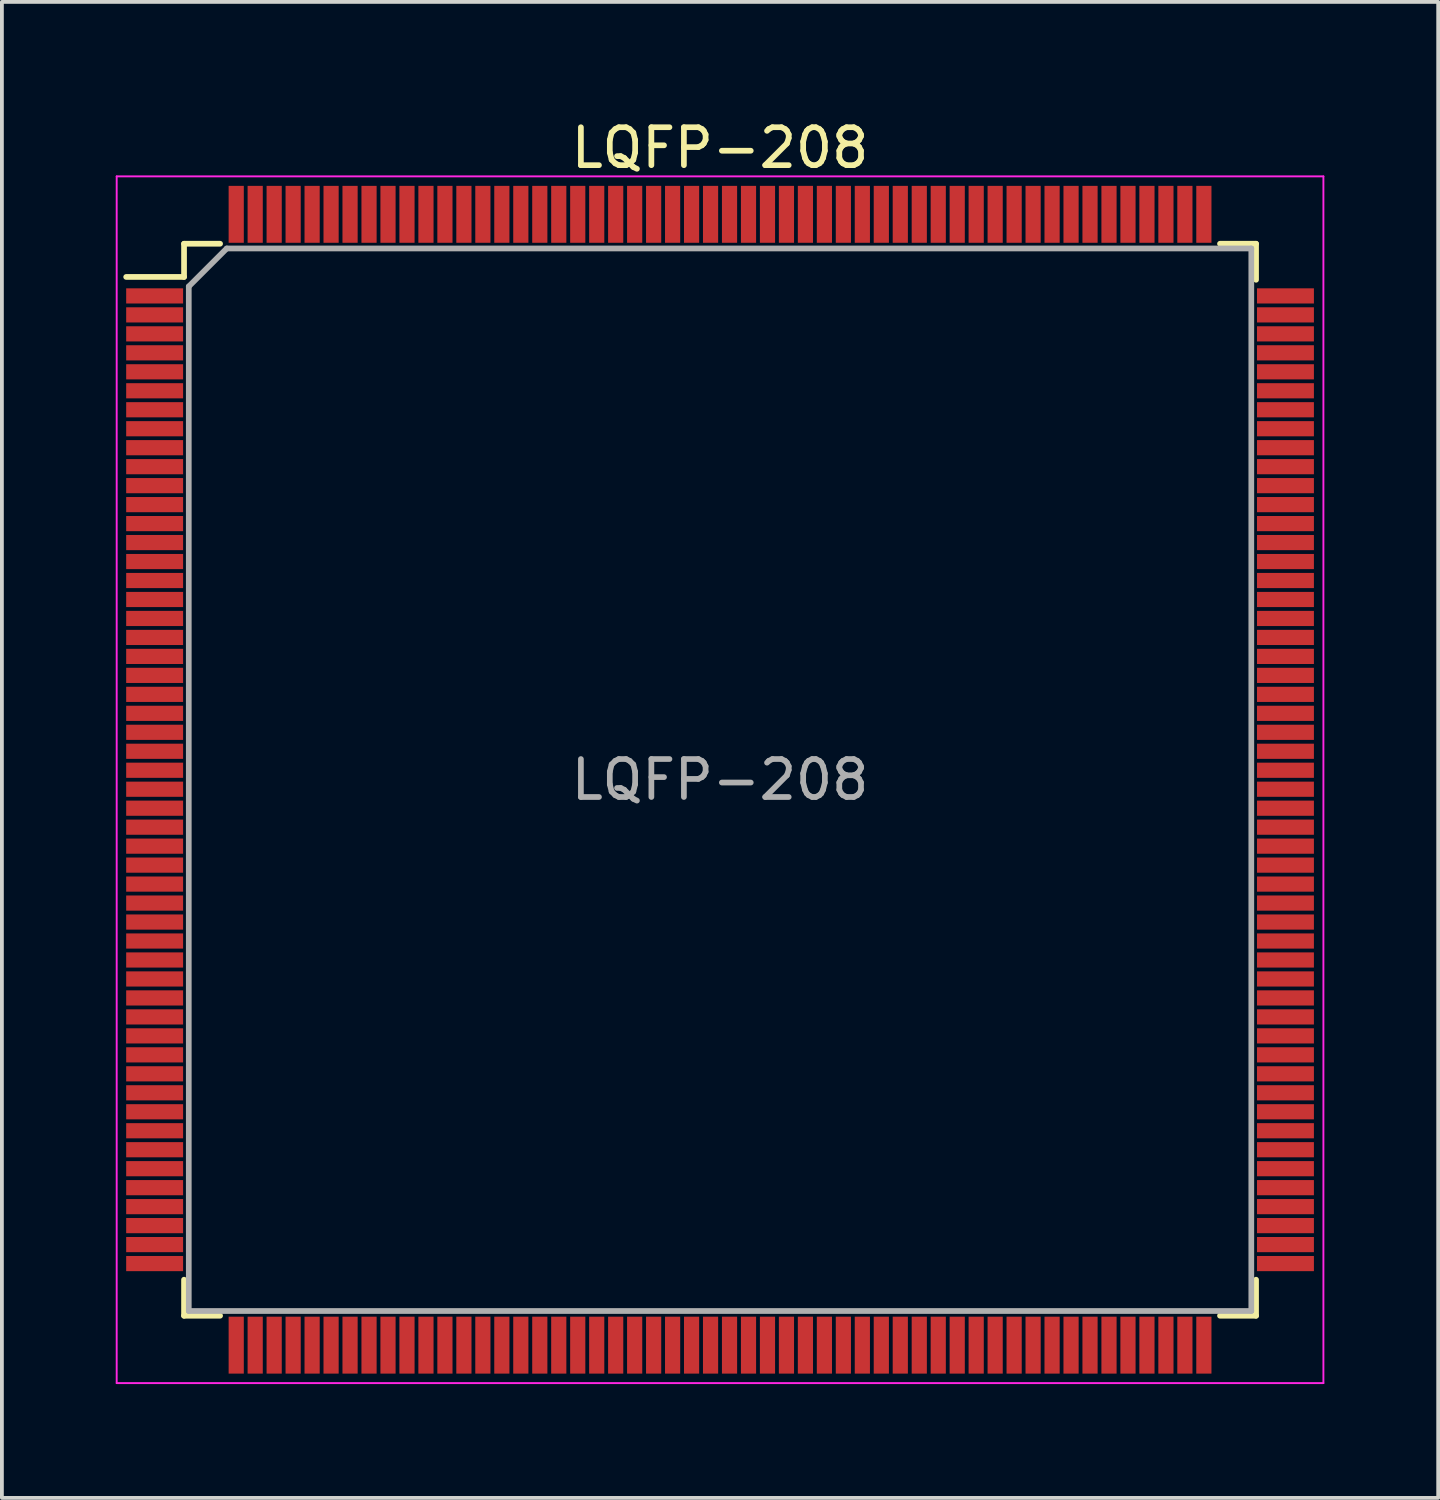
<source format=kicad_pcb>
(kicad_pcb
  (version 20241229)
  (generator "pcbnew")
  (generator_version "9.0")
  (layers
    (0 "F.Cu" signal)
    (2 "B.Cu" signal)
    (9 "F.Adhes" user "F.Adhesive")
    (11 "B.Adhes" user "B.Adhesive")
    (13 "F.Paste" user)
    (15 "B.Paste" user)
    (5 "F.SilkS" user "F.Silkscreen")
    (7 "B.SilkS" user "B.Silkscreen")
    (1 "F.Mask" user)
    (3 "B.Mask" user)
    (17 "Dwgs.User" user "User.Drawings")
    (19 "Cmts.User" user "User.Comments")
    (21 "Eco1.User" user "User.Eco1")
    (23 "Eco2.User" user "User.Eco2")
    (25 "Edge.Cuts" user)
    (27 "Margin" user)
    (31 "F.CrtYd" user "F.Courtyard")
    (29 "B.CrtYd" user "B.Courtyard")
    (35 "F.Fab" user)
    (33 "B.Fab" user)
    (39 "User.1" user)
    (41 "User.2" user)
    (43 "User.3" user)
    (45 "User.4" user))
  (footprint "LQFP-208"
    (layer "F.Cu")
    (at 15.925 17.498)
    (property "Reference" "LQFP-208" (at 0 -16.65 0) (layer "F.SilkS") (effects (font (size 1 1) (thickness 0.15))))
    (attr smd)
    (fp_line (start -14.125 -14.125) (end -14.125 -13.25) (stroke (width 0.15) (type solid)) (layer "F.SilkS"))
    (fp_line (start -14.125 -14.125) (end -13.175 -14.125) (stroke (width 0.15) (type solid)) (layer "F.SilkS"))
    (fp_line (start -14.125 -13.25) (end -15.65 -13.25) (stroke (width 0.15) (type solid)) (layer "F.SilkS"))
    (fp_line (start -14.125 14.125) (end -14.125 13.175) (stroke (width 0.15) (type solid)) (layer "F.SilkS"))
    (fp_line (start -14.125 14.125) (end -13.175 14.125) (stroke (width 0.15) (type solid)) (layer "F.SilkS"))
    (fp_line (start 14.125 -14.125) (end 13.175 -14.125) (stroke (width 0.15) (type solid)) (layer "F.SilkS"))
    (fp_line (start 14.125 -14.125) (end 14.125 -13.175) (stroke (width 0.15) (type solid)) (layer "F.SilkS"))
    (fp_line (start 14.125 14.125) (end 13.175 14.125) (stroke (width 0.15) (type solid)) (layer "F.SilkS"))
    (fp_line (start 14.125 14.125) (end 14.125 13.175) (stroke (width 0.15) (type solid)) (layer "F.SilkS"))
    (fp_line (start -15.9 -15.9) (end -15.9 15.9) (stroke (width 0.05) (type solid)) (layer "F.CrtYd"))
    (fp_line (start -15.9 -15.9) (end 15.9 -15.9) (stroke (width 0.05) (type solid)) (layer "F.CrtYd"))
    (fp_line (start -15.9 15.9) (end 15.9 15.9) (stroke (width 0.05) (type solid)) (layer "F.CrtYd"))
    (fp_line (start 15.9 -15.9) (end 15.9 15.9) (stroke (width 0.05) (type solid)) (layer "F.CrtYd"))
    (fp_line (start -14 -13) (end -13 -14) (stroke (width 0.15) (type solid)) (layer "F.Fab"))
    (fp_line (start -14 14) (end -14 -13) (stroke (width 0.15) (type solid)) (layer "F.Fab"))
    (fp_line (start -13 -14) (end 14 -14) (stroke (width 0.15) (type solid)) (layer "F.Fab"))
    (fp_line (start 14 -14) (end 14 14) (stroke (width 0.15) (type solid)) (layer "F.Fab"))
    (fp_line (start 14 14) (end -14 14) (stroke (width 0.15) (type solid)) (layer "F.Fab"))
    (fp_text user "${REFERENCE}" (at 0 0 0) (layer "F.Fab") (effects (font (size 1 1) (thickness 0.15))))
    (pad "1" smd rect (at -14.9 -12.75) (size 1.5 0.4) (layers "F.Cu" "F.Mask" "F.Paste"))
    (pad "2" smd rect (at -14.9 -12.25) (size 1.5 0.4) (layers "F.Cu" "F.Mask" "F.Paste"))
    (pad "3" smd rect (at -14.9 -11.75) (size 1.5 0.4) (layers "F.Cu" "F.Mask" "F.Paste"))
    (pad "4" smd rect (at -14.9 -11.25) (size 1.5 0.4) (layers "F.Cu" "F.Mask" "F.Paste"))
    (pad "5" smd rect (at -14.9 -10.75) (size 1.5 0.4) (layers "F.Cu" "F.Mask" "F.Paste"))
    (pad "6" smd rect (at -14.9 -10.25) (size 1.5 0.4) (layers "F.Cu" "F.Mask" "F.Paste"))
    (pad "7" smd rect (at -14.9 -9.75) (size 1.5 0.4) (layers "F.Cu" "F.Mask" "F.Paste"))
    (pad "8" smd rect (at -14.9 -9.25) (size 1.5 0.4) (layers "F.Cu" "F.Mask" "F.Paste"))
    (pad "9" smd rect (at -14.9 -8.75) (size 1.5 0.4) (layers "F.Cu" "F.Mask" "F.Paste"))
    (pad "10" smd rect (at -14.9 -8.25) (size 1.5 0.4) (layers "F.Cu" "F.Mask" "F.Paste"))
    (pad "11" smd rect (at -14.9 -7.75) (size 1.5 0.4) (layers "F.Cu" "F.Mask" "F.Paste"))
    (pad "12" smd rect (at -14.9 -7.25) (size 1.5 0.4) (layers "F.Cu" "F.Mask" "F.Paste"))
    (pad "13" smd rect (at -14.9 -6.75) (size 1.5 0.4) (layers "F.Cu" "F.Mask" "F.Paste"))
    (pad "14" smd rect (at -14.9 -6.25) (size 1.5 0.4) (layers "F.Cu" "F.Mask" "F.Paste"))
    (pad "15" smd rect (at -14.9 -5.75) (size 1.5 0.4) (layers "F.Cu" "F.Mask" "F.Paste"))
    (pad "16" smd rect (at -14.9 -5.25) (size 1.5 0.4) (layers "F.Cu" "F.Mask" "F.Paste"))
    (pad "17" smd rect (at -14.9 -4.75) (size 1.5 0.4) (layers "F.Cu" "F.Mask" "F.Paste"))
    (pad "18" smd rect (at -14.9 -4.25) (size 1.5 0.4) (layers "F.Cu" "F.Mask" "F.Paste"))
    (pad "19" smd rect (at -14.9 -3.75) (size 1.5 0.4) (layers "F.Cu" "F.Mask" "F.Paste"))
    (pad "20" smd rect (at -14.9 -3.25) (size 1.5 0.4) (layers "F.Cu" "F.Mask" "F.Paste"))
    (pad "21" smd rect (at -14.9 -2.75) (size 1.5 0.4) (layers "F.Cu" "F.Mask" "F.Paste"))
    (pad "22" smd rect (at -14.9 -2.25) (size 1.5 0.4) (layers "F.Cu" "F.Mask" "F.Paste"))
    (pad "23" smd rect (at -14.9 -1.75) (size 1.5 0.4) (layers "F.Cu" "F.Mask" "F.Paste"))
    (pad "24" smd rect (at -14.9 -1.25) (size 1.5 0.4) (layers "F.Cu" "F.Mask" "F.Paste"))
    (pad "25" smd rect (at -14.9 -0.75) (size 1.5 0.4) (layers "F.Cu" "F.Mask" "F.Paste"))
    (pad "26" smd rect (at -14.9 -0.25) (size 1.5 0.4) (layers "F.Cu" "F.Mask" "F.Paste"))
    (pad "27" smd rect (at -14.9 0.25) (size 1.5 0.4) (layers "F.Cu" "F.Mask" "F.Paste"))
    (pad "28" smd rect (at -14.9 0.75) (size 1.5 0.4) (layers "F.Cu" "F.Mask" "F.Paste"))
    (pad "29" smd rect (at -14.9 1.25) (size 1.5 0.4) (layers "F.Cu" "F.Mask" "F.Paste"))
    (pad "30" smd rect (at -14.9 1.75) (size 1.5 0.4) (layers "F.Cu" "F.Mask" "F.Paste"))
    (pad "31" smd rect (at -14.9 2.25) (size 1.5 0.4) (layers "F.Cu" "F.Mask" "F.Paste"))
    (pad "32" smd rect (at -14.9 2.75) (size 1.5 0.4) (layers "F.Cu" "F.Mask" "F.Paste"))
    (pad "33" smd rect (at -14.9 3.25) (size 1.5 0.4) (layers "F.Cu" "F.Mask" "F.Paste"))
    (pad "34" smd rect (at -14.9 3.75) (size 1.5 0.4) (layers "F.Cu" "F.Mask" "F.Paste"))
    (pad "35" smd rect (at -14.9 4.25) (size 1.5 0.4) (layers "F.Cu" "F.Mask" "F.Paste"))
    (pad "36" smd rect (at -14.9 4.75) (size 1.5 0.4) (layers "F.Cu" "F.Mask" "F.Paste"))
    (pad "37" smd rect (at -14.9 5.25) (size 1.5 0.4) (layers "F.Cu" "F.Mask" "F.Paste"))
    (pad "38" smd rect (at -14.9 5.75) (size 1.5 0.4) (layers "F.Cu" "F.Mask" "F.Paste"))
    (pad "39" smd rect (at -14.9 6.25) (size 1.5 0.4) (layers "F.Cu" "F.Mask" "F.Paste"))
    (pad "40" smd rect (at -14.9 6.75) (size 1.5 0.4) (layers "F.Cu" "F.Mask" "F.Paste"))
    (pad "41" smd rect (at -14.9 7.25) (size 1.5 0.4) (layers "F.Cu" "F.Mask" "F.Paste"))
    (pad "42" smd rect (at -14.9 7.75) (size 1.5 0.4) (layers "F.Cu" "F.Mask" "F.Paste"))
    (pad "43" smd rect (at -14.9 8.25) (size 1.5 0.4) (layers "F.Cu" "F.Mask" "F.Paste"))
    (pad "44" smd rect (at -14.9 8.75) (size 1.5 0.4) (layers "F.Cu" "F.Mask" "F.Paste"))
    (pad "45" smd rect (at -14.9 9.25) (size 1.5 0.4) (layers "F.Cu" "F.Mask" "F.Paste"))
    (pad "46" smd rect (at -14.9 9.75) (size 1.5 0.4) (layers "F.Cu" "F.Mask" "F.Paste"))
    (pad "47" smd rect (at -14.9 10.25) (size 1.5 0.4) (layers "F.Cu" "F.Mask" "F.Paste"))
    (pad "48" smd rect (at -14.9 10.75) (size 1.5 0.4) (layers "F.Cu" "F.Mask" "F.Paste"))
    (pad "49" smd rect (at -14.9 11.25) (size 1.5 0.4) (layers "F.Cu" "F.Mask" "F.Paste"))
    (pad "50" smd rect (at -14.9 11.75) (size 1.5 0.4) (layers "F.Cu" "F.Mask" "F.Paste"))
    (pad "51" smd rect (at -14.9 12.25) (size 1.5 0.4) (layers "F.Cu" "F.Mask" "F.Paste"))
    (pad "52" smd rect (at -14.9 12.75) (size 1.5 0.4) (layers "F.Cu" "F.Mask" "F.Paste"))
    (pad "53" smd rect (at -12.75 14.9 90) (size 1.5 0.4) (layers "F.Cu" "F.Mask" "F.Paste"))
    (pad "54" smd rect (at -12.25 14.9 90) (size 1.5 0.4) (layers "F.Cu" "F.Mask" "F.Paste"))
    (pad "55" smd rect (at -11.75 14.9 90) (size 1.5 0.4) (layers "F.Cu" "F.Mask" "F.Paste"))
    (pad "56" smd rect (at -11.25 14.9 90) (size 1.5 0.4) (layers "F.Cu" "F.Mask" "F.Paste"))
    (pad "57" smd rect (at -10.75 14.9 90) (size 1.5 0.4) (layers "F.Cu" "F.Mask" "F.Paste"))
    (pad "58" smd rect (at -10.25 14.9 90) (size 1.5 0.4) (layers "F.Cu" "F.Mask" "F.Paste"))
    (pad "59" smd rect (at -9.75 14.9 90) (size 1.5 0.4) (layers "F.Cu" "F.Mask" "F.Paste"))
    (pad "60" smd rect (at -9.25 14.9 90) (size 1.5 0.4) (layers "F.Cu" "F.Mask" "F.Paste"))
    (pad "61" smd rect (at -8.75 14.9 90) (size 1.5 0.4) (layers "F.Cu" "F.Mask" "F.Paste"))
    (pad "62" smd rect (at -8.25 14.9 90) (size 1.5 0.4) (layers "F.Cu" "F.Mask" "F.Paste"))
    (pad "63" smd rect (at -7.75 14.9 90) (size 1.5 0.4) (layers "F.Cu" "F.Mask" "F.Paste"))
    (pad "64" smd rect (at -7.25 14.9 90) (size 1.5 0.4) (layers "F.Cu" "F.Mask" "F.Paste"))
    (pad "65" smd rect (at -6.75 14.9 90) (size 1.5 0.4) (layers "F.Cu" "F.Mask" "F.Paste"))
    (pad "66" smd rect (at -6.25 14.9 90) (size 1.5 0.4) (layers "F.Cu" "F.Mask" "F.Paste"))
    (pad "67" smd rect (at -5.75 14.9 90) (size 1.5 0.4) (layers "F.Cu" "F.Mask" "F.Paste"))
    (pad "68" smd rect (at -5.25 14.9 90) (size 1.5 0.4) (layers "F.Cu" "F.Mask" "F.Paste"))
    (pad "69" smd rect (at -4.75 14.9 90) (size 1.5 0.4) (layers "F.Cu" "F.Mask" "F.Paste"))
    (pad "70" smd rect (at -4.25 14.9 90) (size 1.5 0.4) (layers "F.Cu" "F.Mask" "F.Paste"))
    (pad "71" smd rect (at -3.75 14.9 90) (size 1.5 0.4) (layers "F.Cu" "F.Mask" "F.Paste"))
    (pad "72" smd rect (at -3.25 14.9 90) (size 1.5 0.4) (layers "F.Cu" "F.Mask" "F.Paste"))
    (pad "73" smd rect (at -2.75 14.9 90) (size 1.5 0.4) (layers "F.Cu" "F.Mask" "F.Paste"))
    (pad "74" smd rect (at -2.25 14.9 90) (size 1.5 0.4) (layers "F.Cu" "F.Mask" "F.Paste"))
    (pad "75" smd rect (at -1.75 14.9 90) (size 1.5 0.4) (layers "F.Cu" "F.Mask" "F.Paste"))
    (pad "76" smd rect (at -1.25 14.9 90) (size 1.5 0.4) (layers "F.Cu" "F.Mask" "F.Paste"))
    (pad "77" smd rect (at -0.75 14.9 90) (size 1.5 0.4) (layers "F.Cu" "F.Mask" "F.Paste"))
    (pad "78" smd rect (at -0.25 14.9 90) (size 1.5 0.4) (layers "F.Cu" "F.Mask" "F.Paste"))
    (pad "79" smd rect (at 0.25 14.9 90) (size 1.5 0.4) (layers "F.Cu" "F.Mask" "F.Paste"))
    (pad "80" smd rect (at 0.75 14.9 90) (size 1.5 0.4) (layers "F.Cu" "F.Mask" "F.Paste"))
    (pad "81" smd rect (at 1.25 14.9 90) (size 1.5 0.4) (layers "F.Cu" "F.Mask" "F.Paste"))
    (pad "82" smd rect (at 1.75 14.9 90) (size 1.5 0.4) (layers "F.Cu" "F.Mask" "F.Paste"))
    (pad "83" smd rect (at 2.25 14.9 90) (size 1.5 0.4) (layers "F.Cu" "F.Mask" "F.Paste"))
    (pad "84" smd rect (at 2.75 14.9 90) (size 1.5 0.4) (layers "F.Cu" "F.Mask" "F.Paste"))
    (pad "85" smd rect (at 3.25 14.9 90) (size 1.5 0.4) (layers "F.Cu" "F.Mask" "F.Paste"))
    (pad "86" smd rect (at 3.75 14.9 90) (size 1.5 0.4) (layers "F.Cu" "F.Mask" "F.Paste"))
    (pad "87" smd rect (at 4.25 14.9 90) (size 1.5 0.4) (layers "F.Cu" "F.Mask" "F.Paste"))
    (pad "88" smd rect (at 4.75 14.9 90) (size 1.5 0.4) (layers "F.Cu" "F.Mask" "F.Paste"))
    (pad "89" smd rect (at 5.25 14.9 90) (size 1.5 0.4) (layers "F.Cu" "F.Mask" "F.Paste"))
    (pad "90" smd rect (at 5.75 14.9 90) (size 1.5 0.4) (layers "F.Cu" "F.Mask" "F.Paste"))
    (pad "91" smd rect (at 6.25 14.9 90) (size 1.5 0.4) (layers "F.Cu" "F.Mask" "F.Paste"))
    (pad "92" smd rect (at 6.75 14.9 90) (size 1.5 0.4) (layers "F.Cu" "F.Mask" "F.Paste"))
    (pad "93" smd rect (at 7.25 14.9 90) (size 1.5 0.4) (layers "F.Cu" "F.Mask" "F.Paste"))
    (pad "94" smd rect (at 7.75 14.9 90) (size 1.5 0.4) (layers "F.Cu" "F.Mask" "F.Paste"))
    (pad "95" smd rect (at 8.25 14.9 90) (size 1.5 0.4) (layers "F.Cu" "F.Mask" "F.Paste"))
    (pad "96" smd rect (at 8.75 14.9 90) (size 1.5 0.4) (layers "F.Cu" "F.Mask" "F.Paste"))
    (pad "97" smd rect (at 9.25 14.9 90) (size 1.5 0.4) (layers "F.Cu" "F.Mask" "F.Paste"))
    (pad "98" smd rect (at 9.75 14.9 90) (size 1.5 0.4) (layers "F.Cu" "F.Mask" "F.Paste"))
    (pad "99" smd rect (at 10.25 14.9 90) (size 1.5 0.4) (layers "F.Cu" "F.Mask" "F.Paste"))
    (pad "100" smd rect (at 10.75 14.9 90) (size 1.5 0.4) (layers "F.Cu" "F.Mask" "F.Paste"))
    (pad "101" smd rect (at 11.25 14.9 90) (size 1.5 0.4) (layers "F.Cu" "F.Mask" "F.Paste"))
    (pad "102" smd rect (at 11.75 14.9 90) (size 1.5 0.4) (layers "F.Cu" "F.Mask" "F.Paste"))
    (pad "103" smd rect (at 12.25 14.9 90) (size 1.5 0.4) (layers "F.Cu" "F.Mask" "F.Paste"))
    (pad "104" smd rect (at 12.75 14.9 90) (size 1.5 0.4) (layers "F.Cu" "F.Mask" "F.Paste"))
    (pad "105" smd rect (at 14.9 12.75) (size 1.5 0.4) (layers "F.Cu" "F.Mask" "F.Paste"))
    (pad "106" smd rect (at 14.9 12.25) (size 1.5 0.4) (layers "F.Cu" "F.Mask" "F.Paste"))
    (pad "107" smd rect (at 14.9 11.75) (size 1.5 0.4) (layers "F.Cu" "F.Mask" "F.Paste"))
    (pad "108" smd rect (at 14.9 11.25) (size 1.5 0.4) (layers "F.Cu" "F.Mask" "F.Paste"))
    (pad "109" smd rect (at 14.9 10.75) (size 1.5 0.4) (layers "F.Cu" "F.Mask" "F.Paste"))
    (pad "110" smd rect (at 14.9 10.25) (size 1.5 0.4) (layers "F.Cu" "F.Mask" "F.Paste"))
    (pad "111" smd rect (at 14.9 9.75) (size 1.5 0.4) (layers "F.Cu" "F.Mask" "F.Paste"))
    (pad "112" smd rect (at 14.9 9.25) (size 1.5 0.4) (layers "F.Cu" "F.Mask" "F.Paste"))
    (pad "113" smd rect (at 14.9 8.75) (size 1.5 0.4) (layers "F.Cu" "F.Mask" "F.Paste"))
    (pad "114" smd rect (at 14.9 8.25) (size 1.5 0.4) (layers "F.Cu" "F.Mask" "F.Paste"))
    (pad "115" smd rect (at 14.9 7.75) (size 1.5 0.4) (layers "F.Cu" "F.Mask" "F.Paste"))
    (pad "116" smd rect (at 14.9 7.25) (size 1.5 0.4) (layers "F.Cu" "F.Mask" "F.Paste"))
    (pad "117" smd rect (at 14.9 6.75) (size 1.5 0.4) (layers "F.Cu" "F.Mask" "F.Paste"))
    (pad "118" smd rect (at 14.9 6.25) (size 1.5 0.4) (layers "F.Cu" "F.Mask" "F.Paste"))
    (pad "119" smd rect (at 14.9 5.75) (size 1.5 0.4) (layers "F.Cu" "F.Mask" "F.Paste"))
    (pad "120" smd rect (at 14.9 5.25) (size 1.5 0.4) (layers "F.Cu" "F.Mask" "F.Paste"))
    (pad "121" smd rect (at 14.9 4.75) (size 1.5 0.4) (layers "F.Cu" "F.Mask" "F.Paste"))
    (pad "122" smd rect (at 14.9 4.25) (size 1.5 0.4) (layers "F.Cu" "F.Mask" "F.Paste"))
    (pad "123" smd rect (at 14.9 3.75) (size 1.5 0.4) (layers "F.Cu" "F.Mask" "F.Paste"))
    (pad "124" smd rect (at 14.9 3.25) (size 1.5 0.4) (layers "F.Cu" "F.Mask" "F.Paste"))
    (pad "125" smd rect (at 14.9 2.75) (size 1.5 0.4) (layers "F.Cu" "F.Mask" "F.Paste"))
    (pad "126" smd rect (at 14.9 2.25) (size 1.5 0.4) (layers "F.Cu" "F.Mask" "F.Paste"))
    (pad "127" smd rect (at 14.9 1.75) (size 1.5 0.4) (layers "F.Cu" "F.Mask" "F.Paste"))
    (pad "128" smd rect (at 14.9 1.25) (size 1.5 0.4) (layers "F.Cu" "F.Mask" "F.Paste"))
    (pad "129" smd rect (at 14.9 0.75) (size 1.5 0.4) (layers "F.Cu" "F.Mask" "F.Paste"))
    (pad "130" smd rect (at 14.9 0.25) (size 1.5 0.4) (layers "F.Cu" "F.Mask" "F.Paste"))
    (pad "131" smd rect (at 14.9 -0.25) (size 1.5 0.4) (layers "F.Cu" "F.Mask" "F.Paste"))
    (pad "132" smd rect (at 14.9 -0.75) (size 1.5 0.4) (layers "F.Cu" "F.Mask" "F.Paste"))
    (pad "133" smd rect (at 14.9 -1.25) (size 1.5 0.4) (layers "F.Cu" "F.Mask" "F.Paste"))
    (pad "134" smd rect (at 14.9 -1.75) (size 1.5 0.4) (layers "F.Cu" "F.Mask" "F.Paste"))
    (pad "135" smd rect (at 14.9 -2.25) (size 1.5 0.4) (layers "F.Cu" "F.Mask" "F.Paste"))
    (pad "136" smd rect (at 14.9 -2.75) (size 1.5 0.4) (layers "F.Cu" "F.Mask" "F.Paste"))
    (pad "137" smd rect (at 14.9 -3.25) (size 1.5 0.4) (layers "F.Cu" "F.Mask" "F.Paste"))
    (pad "138" smd rect (at 14.9 -3.75) (size 1.5 0.4) (layers "F.Cu" "F.Mask" "F.Paste"))
    (pad "139" smd rect (at 14.9 -4.25) (size 1.5 0.4) (layers "F.Cu" "F.Mask" "F.Paste"))
    (pad "140" smd rect (at 14.9 -4.75) (size 1.5 0.4) (layers "F.Cu" "F.Mask" "F.Paste"))
    (pad "141" smd rect (at 14.9 -5.25) (size 1.5 0.4) (layers "F.Cu" "F.Mask" "F.Paste"))
    (pad "142" smd rect (at 14.9 -5.75) (size 1.5 0.4) (layers "F.Cu" "F.Mask" "F.Paste"))
    (pad "143" smd rect (at 14.9 -6.25) (size 1.5 0.4) (layers "F.Cu" "F.Mask" "F.Paste"))
    (pad "144" smd rect (at 14.9 -6.75) (size 1.5 0.4) (layers "F.Cu" "F.Mask" "F.Paste"))
    (pad "145" smd rect (at 14.9 -7.25) (size 1.5 0.4) (layers "F.Cu" "F.Mask" "F.Paste"))
    (pad "146" smd rect (at 14.9 -7.75) (size 1.5 0.4) (layers "F.Cu" "F.Mask" "F.Paste"))
    (pad "147" smd rect (at 14.9 -8.25) (size 1.5 0.4) (layers "F.Cu" "F.Mask" "F.Paste"))
    (pad "148" smd rect (at 14.9 -8.75) (size 1.5 0.4) (layers "F.Cu" "F.Mask" "F.Paste"))
    (pad "149" smd rect (at 14.9 -9.25) (size 1.5 0.4) (layers "F.Cu" "F.Mask" "F.Paste"))
    (pad "150" smd rect (at 14.9 -9.75) (size 1.5 0.4) (layers "F.Cu" "F.Mask" "F.Paste"))
    (pad "151" smd rect (at 14.9 -10.25) (size 1.5 0.4) (layers "F.Cu" "F.Mask" "F.Paste"))
    (pad "152" smd rect (at 14.9 -10.75) (size 1.5 0.4) (layers "F.Cu" "F.Mask" "F.Paste"))
    (pad "153" smd rect (at 14.9 -11.25) (size 1.5 0.4) (layers "F.Cu" "F.Mask" "F.Paste"))
    (pad "154" smd rect (at 14.9 -11.75) (size 1.5 0.4) (layers "F.Cu" "F.Mask" "F.Paste"))
    (pad "155" smd rect (at 14.9 -12.25) (size 1.5 0.4) (layers "F.Cu" "F.Mask" "F.Paste"))
    (pad "156" smd rect (at 14.9 -12.75) (size 1.5 0.4) (layers "F.Cu" "F.Mask" "F.Paste"))
    (pad "157" smd rect (at 12.75 -14.9 90) (size 1.5 0.4) (layers "F.Cu" "F.Mask" "F.Paste"))
    (pad "158" smd rect (at 12.25 -14.9 90) (size 1.5 0.4) (layers "F.Cu" "F.Mask" "F.Paste"))
    (pad "159" smd rect (at 11.75 -14.9 90) (size 1.5 0.4) (layers "F.Cu" "F.Mask" "F.Paste"))
    (pad "160" smd rect (at 11.25 -14.9 90) (size 1.5 0.4) (layers "F.Cu" "F.Mask" "F.Paste"))
    (pad "161" smd rect (at 10.75 -14.9 90) (size 1.5 0.4) (layers "F.Cu" "F.Mask" "F.Paste"))
    (pad "162" smd rect (at 10.25 -14.9 90) (size 1.5 0.4) (layers "F.Cu" "F.Mask" "F.Paste"))
    (pad "163" smd rect (at 9.75 -14.9 90) (size 1.5 0.4) (layers "F.Cu" "F.Mask" "F.Paste"))
    (pad "164" smd rect (at 9.25 -14.9 90) (size 1.5 0.4) (layers "F.Cu" "F.Mask" "F.Paste"))
    (pad "165" smd rect (at 8.75 -14.9 90) (size 1.5 0.4) (layers "F.Cu" "F.Mask" "F.Paste"))
    (pad "166" smd rect (at 8.25 -14.9 90) (size 1.5 0.4) (layers "F.Cu" "F.Mask" "F.Paste"))
    (pad "167" smd rect (at 7.75 -14.9 90) (size 1.5 0.4) (layers "F.Cu" "F.Mask" "F.Paste"))
    (pad "168" smd rect (at 7.25 -14.9 90) (size 1.5 0.4) (layers "F.Cu" "F.Mask" "F.Paste"))
    (pad "169" smd rect (at 6.75 -14.9 90) (size 1.5 0.4) (layers "F.Cu" "F.Mask" "F.Paste"))
    (pad "170" smd rect (at 6.25 -14.9 90) (size 1.5 0.4) (layers "F.Cu" "F.Mask" "F.Paste"))
    (pad "171" smd rect (at 5.75 -14.9 90) (size 1.5 0.4) (layers "F.Cu" "F.Mask" "F.Paste"))
    (pad "172" smd rect (at 5.25 -14.9 90) (size 1.5 0.4) (layers "F.Cu" "F.Mask" "F.Paste"))
    (pad "173" smd rect (at 4.75 -14.9 90) (size 1.5 0.4) (layers "F.Cu" "F.Mask" "F.Paste"))
    (pad "174" smd rect (at 4.25 -14.9 90) (size 1.5 0.4) (layers "F.Cu" "F.Mask" "F.Paste"))
    (pad "175" smd rect (at 3.75 -14.9 90) (size 1.5 0.4) (layers "F.Cu" "F.Mask" "F.Paste"))
    (pad "176" smd rect (at 3.25 -14.9 90) (size 1.5 0.4) (layers "F.Cu" "F.Mask" "F.Paste"))
    (pad "177" smd rect (at 2.75 -14.9 90) (size 1.5 0.4) (layers "F.Cu" "F.Mask" "F.Paste"))
    (pad "178" smd rect (at 2.25 -14.9 90) (size 1.5 0.4) (layers "F.Cu" "F.Mask" "F.Paste"))
    (pad "179" smd rect (at 1.75 -14.9 90) (size 1.5 0.4) (layers "F.Cu" "F.Mask" "F.Paste"))
    (pad "180" smd rect (at 1.25 -14.9 90) (size 1.5 0.4) (layers "F.Cu" "F.Mask" "F.Paste"))
    (pad "181" smd rect (at 0.75 -14.9 90) (size 1.5 0.4) (layers "F.Cu" "F.Mask" "F.Paste"))
    (pad "182" smd rect (at 0.25 -14.9 90) (size 1.5 0.4) (layers "F.Cu" "F.Mask" "F.Paste"))
    (pad "183" smd rect (at -0.25 -14.9 90) (size 1.5 0.4) (layers "F.Cu" "F.Mask" "F.Paste"))
    (pad "184" smd rect (at -0.75 -14.9 90) (size 1.5 0.4) (layers "F.Cu" "F.Mask" "F.Paste"))
    (pad "185" smd rect (at -1.25 -14.9 90) (size 1.5 0.4) (layers "F.Cu" "F.Mask" "F.Paste"))
    (pad "186" smd rect (at -1.75 -14.9 90) (size 1.5 0.4) (layers "F.Cu" "F.Mask" "F.Paste"))
    (pad "187" smd rect (at -2.25 -14.9 90) (size 1.5 0.4) (layers "F.Cu" "F.Mask" "F.Paste"))
    (pad "188" smd rect (at -2.75 -14.9 90) (size 1.5 0.4) (layers "F.Cu" "F.Mask" "F.Paste"))
    (pad "189" smd rect (at -3.25 -14.9 90) (size 1.5 0.4) (layers "F.Cu" "F.Mask" "F.Paste"))
    (pad "190" smd rect (at -3.75 -14.9 90) (size 1.5 0.4) (layers "F.Cu" "F.Mask" "F.Paste"))
    (pad "191" smd rect (at -4.25 -14.9 90) (size 1.5 0.4) (layers "F.Cu" "F.Mask" "F.Paste"))
    (pad "192" smd rect (at -4.75 -14.9 90) (size 1.5 0.4) (layers "F.Cu" "F.Mask" "F.Paste"))
    (pad "193" smd rect (at -5.25 -14.9 90) (size 1.5 0.4) (layers "F.Cu" "F.Mask" "F.Paste"))
    (pad "194" smd rect (at -5.75 -14.9 90) (size 1.5 0.4) (layers "F.Cu" "F.Mask" "F.Paste"))
    (pad "195" smd rect (at -6.25 -14.9 90) (size 1.5 0.4) (layers "F.Cu" "F.Mask" "F.Paste"))
    (pad "196" smd rect (at -6.75 -14.9 90) (size 1.5 0.4) (layers "F.Cu" "F.Mask" "F.Paste"))
    (pad "197" smd rect (at -7.25 -14.9 90) (size 1.5 0.4) (layers "F.Cu" "F.Mask" "F.Paste"))
    (pad "198" smd rect (at -7.75 -14.9 90) (size 1.5 0.4) (layers "F.Cu" "F.Mask" "F.Paste"))
    (pad "199" smd rect (at -8.25 -14.9 90) (size 1.5 0.4) (layers "F.Cu" "F.Mask" "F.Paste"))
    (pad "200" smd rect (at -8.75 -14.9 90) (size 1.5 0.4) (layers "F.Cu" "F.Mask" "F.Paste"))
    (pad "201" smd rect (at -9.25 -14.9 90) (size 1.5 0.4) (layers "F.Cu" "F.Mask" "F.Paste"))
    (pad "202" smd rect (at -9.75 -14.9 90) (size 1.5 0.4) (layers "F.Cu" "F.Mask" "F.Paste"))
    (pad "203" smd rect (at -10.25 -14.9 90) (size 1.5 0.4) (layers "F.Cu" "F.Mask" "F.Paste"))
    (pad "204" smd rect (at -10.75 -14.9 90) (size 1.5 0.4) (layers "F.Cu" "F.Mask" "F.Paste"))
    (pad "205" smd rect (at -11.25 -14.9 90) (size 1.5 0.4) (layers "F.Cu" "F.Mask" "F.Paste"))
    (pad "206" smd rect (at -11.75 -14.9 90) (size 1.5 0.4) (layers "F.Cu" "F.Mask" "F.Paste"))
    (pad "207" smd rect (at -12.25 -14.9 90) (size 1.5 0.4) (layers "F.Cu" "F.Mask" "F.Paste"))
    (pad "208" smd rect (at -12.75 -14.9 90) (size 1.5 0.4) (layers "F.Cu" "F.Mask" "F.Paste")))
  (gr_rect
    (start -3 -3)
    (end 34.85 36.423)
    (stroke (width 0.1) (type default))
    (fill no)
    (layer "Edge.Cuts")))
</source>
